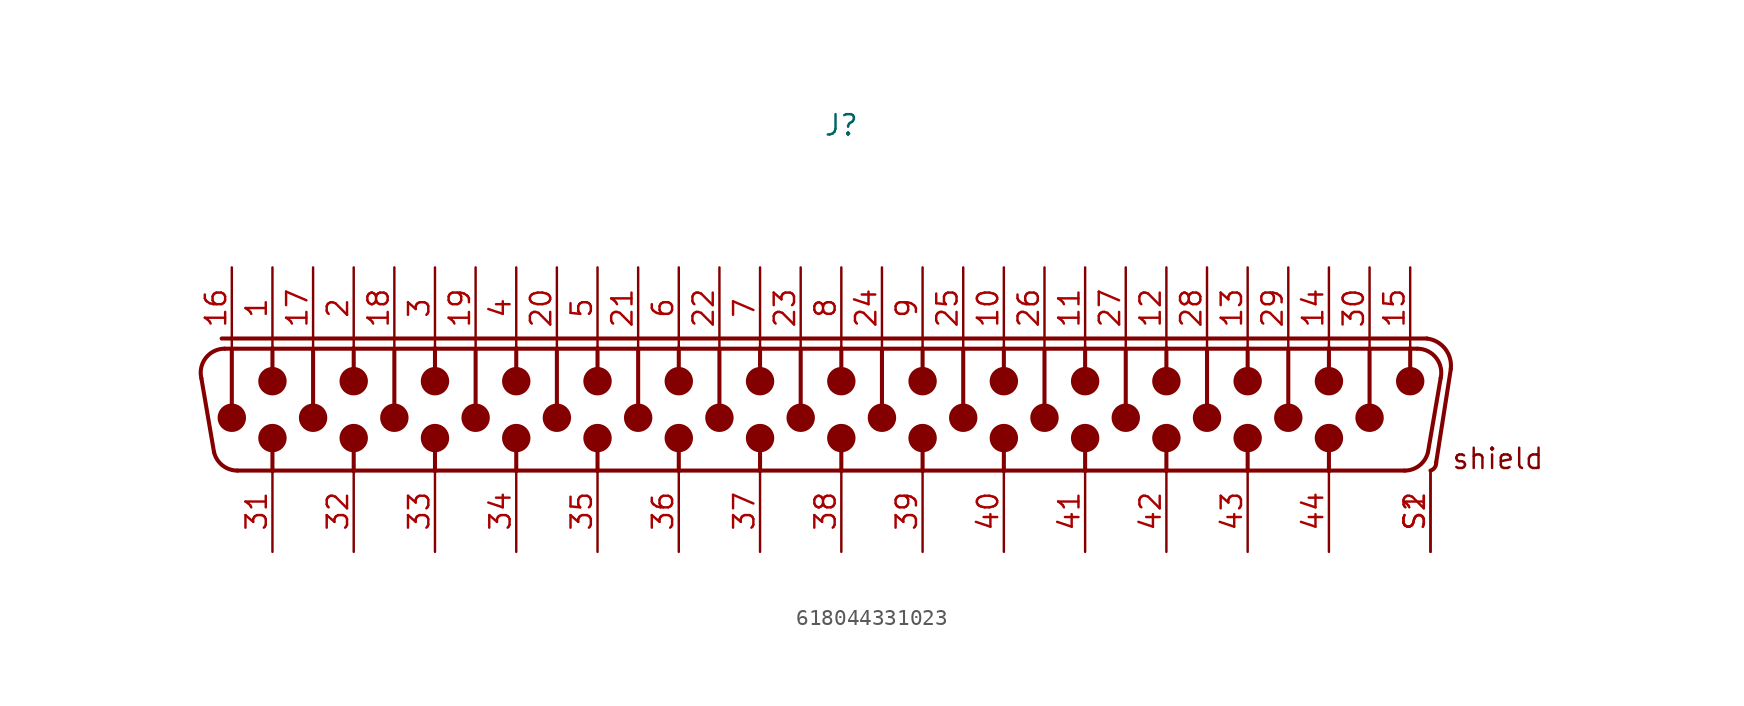
<source format=kicad_sym>
(kicad_symbol_lib
  (version 20241209)
  (generator "kicad_symbol_editor")
  (generator_version "9.0")
  (symbol "618044331023"
    (pin_names
      (hide yes))
    (property "Reference" "J"
      (at 0 17.78 0)
      (effects (font (size 1.27 1.27))))
    (symbol "618044331023_1_0"
      (polyline (pts (xy -39.213 -2.655) (xy -40.004 1.965)) (stroke (width 0.254) (type solid)) (fill (type none)))
      (polyline (pts (xy -38.735 4.445) (xy 36.6 4.445)) (stroke (width 0.254) (type solid)) (fill (type none)))
      (polyline (pts (xy -38.544 3.81) (xy 36.004 3.81)) (stroke (width 0.254) (type solid)) (fill (type none)))
      (arc (start -40.0042 1.965) (mid -39.7207 3.2407) (end -38.5443 3.81) (stroke (width 0.254) (type solid)) (fill (type none)))
      (polyline (pts (xy -38.1 3.81) (xy -38.1 -0.87)) (stroke (width 0.254) (type solid)) (fill (type none)))
      (circle (center -38.1 -0.508) (radius 0.762) (stroke (width 0.254) (type solid)) (fill (type outline)))
      (arc (start -37.753 -3.81) (mid -38.6838 -3.4862) (end -39.2128 -2.6547) (stroke (width 0.254) (type solid)) (fill (type none)))
      (polyline (pts (xy -35.56 3.85) (xy -35.56 1.67)) (stroke (width 0.254) (type solid)) (fill (type none)))
      (circle (center -35.56 1.778) (radius 0.762) (stroke (width 0.254) (type solid)) (fill (type outline)))
      (circle (center -35.56 -1.778) (radius 0.762) (stroke (width 0.254) (type solid)) (fill (type outline)))
      (polyline (pts (xy -35.56 -3.85) (xy -35.56 -1.67)) (stroke (width 0.254) (type solid)) (fill (type none)))
      (polyline (pts (xy -33.02 3.81) (xy -33.02 -0.87)) (stroke (width 0.254) (type solid)) (fill (type none)))
      (circle (center -33.02 -0.508) (radius 0.762) (stroke (width 0.254) (type solid)) (fill (type outline)))
      (polyline (pts (xy -30.48 3.85) (xy -30.48 1.67)) (stroke (width 0.254) (type solid)) (fill (type none)))
      (circle (center -30.48 1.778) (radius 0.762) (stroke (width 0.254) (type solid)) (fill (type outline)))
      (circle (center -30.48 -1.778) (radius 0.762) (stroke (width 0.254) (type solid)) (fill (type outline)))
      (polyline (pts (xy -30.48 -3.85) (xy -30.48 -1.67)) (stroke (width 0.254) (type solid)) (fill (type none)))
      (polyline (pts (xy -27.94 3.81) (xy -27.94 -0.87)) (stroke (width 0.254) (type solid)) (fill (type none)))
      (circle (center -27.94 -0.508) (radius 0.762) (stroke (width 0.254) (type solid)) (fill (type outline)))
      (polyline (pts (xy -25.4 3.85) (xy -25.4 1.67)) (stroke (width 0.254) (type solid)) (fill (type none)))
      (circle (center -25.4 1.778) (radius 0.762) (stroke (width 0.254) (type solid)) (fill (type outline)))
      (circle (center -25.4 -1.778) (radius 0.762) (stroke (width 0.254) (type solid)) (fill (type outline)))
      (polyline (pts (xy -25.4 -3.85) (xy -25.4 -1.67)) (stroke (width 0.254) (type solid)) (fill (type none)))
      (polyline (pts (xy -22.86 3.81) (xy -22.86 -0.87)) (stroke (width 0.254) (type solid)) (fill (type none)))
      (circle (center -22.86 -0.508) (radius 0.762) (stroke (width 0.254) (type solid)) (fill (type outline)))
      (polyline (pts (xy -20.32 3.85) (xy -20.32 1.67)) (stroke (width 0.254) (type solid)) (fill (type none)))
      (circle (center -20.32 1.778) (radius 0.762) (stroke (width 0.254) (type solid)) (fill (type outline)))
      (circle (center -20.32 -1.778) (radius 0.762) (stroke (width 0.254) (type solid)) (fill (type outline)))
      (polyline (pts (xy -20.32 -3.85) (xy -20.32 -1.67)) (stroke (width 0.254) (type solid)) (fill (type none)))
      (polyline (pts (xy -17.78 3.81) (xy -17.78 -0.87)) (stroke (width 0.254) (type solid)) (fill (type none)))
      (circle (center -17.78 -0.508) (radius 0.762) (stroke (width 0.254) (type solid)) (fill (type outline)))
      (polyline (pts (xy -15.24 3.85) (xy -15.24 1.67)) (stroke (width 0.254) (type solid)) (fill (type none)))
      (circle (center -15.24 1.778) (radius 0.762) (stroke (width 0.254) (type solid)) (fill (type outline)))
      (circle (center -15.24 -1.778) (radius 0.762) (stroke (width 0.254) (type solid)) (fill (type outline)))
      (polyline (pts (xy -15.24 -3.85) (xy -15.24 -1.67)) (stroke (width 0.254) (type solid)) (fill (type none)))
      (polyline (pts (xy -12.7 3.81) (xy -12.7 -0.87)) (stroke (width 0.254) (type solid)) (fill (type none)))
      (circle (center -12.7 -0.508) (radius 0.762) (stroke (width 0.254) (type solid)) (fill (type outline)))
      (polyline (pts (xy -10.16 3.85) (xy -10.16 1.67)) (stroke (width 0.254) (type solid)) (fill (type none)))
      (circle (center -10.16 1.778) (radius 0.762) (stroke (width 0.254) (type solid)) (fill (type outline)))
      (circle (center -10.16 -1.778) (radius 0.762) (stroke (width 0.254) (type solid)) (fill (type outline)))
      (polyline (pts (xy -10.16 -3.85) (xy -10.16 -1.67)) (stroke (width 0.254) (type solid)) (fill (type none)))
      (polyline (pts (xy -7.62 3.81) (xy -7.62 -0.87)) (stroke (width 0.254) (type solid)) (fill (type none)))
      (circle (center -7.62 -0.508) (radius 0.762) (stroke (width 0.254) (type solid)) (fill (type outline)))
      (polyline (pts (xy -5.08 3.85) (xy -5.08 1.67)) (stroke (width 0.254) (type solid)) (fill (type none)))
      (circle (center -5.08 1.778) (radius 0.762) (stroke (width 0.254) (type solid)) (fill (type outline)))
      (circle (center -5.08 -1.778) (radius 0.762) (stroke (width 0.254) (type solid)) (fill (type outline)))
      (polyline (pts (xy -5.08 -3.85) (xy -5.08 -1.67)) (stroke (width 0.254) (type solid)) (fill (type none)))
      (polyline (pts (xy -2.54 3.81) (xy -2.54 -0.87)) (stroke (width 0.254) (type solid)) (fill (type none)))
      (circle (center -2.54 -0.508) (radius 0.762) (stroke (width 0.254) (type solid)) (fill (type outline)))
      (polyline (pts (xy 0 3.85) (xy 0 1.67)) (stroke (width 0.254) (type solid)) (fill (type none)))
      (circle (center 0 1.778) (radius 0.762) (stroke (width 0.254) (type solid)) (fill (type outline)))
      (circle (center 0 -1.778) (radius 0.762) (stroke (width 0.254) (type solid)) (fill (type outline)))
      (polyline (pts (xy 0 -3.85) (xy 0 -1.67)) (stroke (width 0.254) (type solid)) (fill (type none)))
      (polyline (pts (xy 2.54 3.81) (xy 2.54 -0.87)) (stroke (width 0.254) (type solid)) (fill (type none)))
      (circle (center 2.54 -0.508) (radius 0.762) (stroke (width 0.254) (type solid)) (fill (type outline)))
      (polyline (pts (xy 5.08 3.85) (xy 5.08 1.67)) (stroke (width 0.254) (type solid)) (fill (type none)))
      (circle (center 5.08 1.778) (radius 0.762) (stroke (width 0.254) (type solid)) (fill (type outline)))
      (circle (center 5.08 -1.778) (radius 0.762) (stroke (width 0.254) (type solid)) (fill (type outline)))
      (polyline (pts (xy 5.08 -3.85) (xy 5.08 -1.67)) (stroke (width 0.254) (type solid)) (fill (type none)))
      (polyline (pts (xy 7.62 3.81) (xy 7.62 -0.87)) (stroke (width 0.254) (type solid)) (fill (type none)))
      (circle (center 7.62 -0.508) (radius 0.762) (stroke (width 0.254) (type solid)) (fill (type outline)))
      (polyline (pts (xy 10.16 3.85) (xy 10.16 1.67)) (stroke (width 0.254) (type solid)) (fill (type none)))
      (circle (center 10.16 1.778) (radius 0.762) (stroke (width 0.254) (type solid)) (fill (type outline)))
      (circle (center 10.16 -1.778) (radius 0.762) (stroke (width 0.254) (type solid)) (fill (type outline)))
      (polyline (pts (xy 10.16 -3.85) (xy 10.16 -1.67)) (stroke (width 0.254) (type solid)) (fill (type none)))
      (polyline (pts (xy 12.7 3.81) (xy 12.7 -0.87)) (stroke (width 0.254) (type solid)) (fill (type none)))
      (circle (center 12.7 -0.508) (radius 0.762) (stroke (width 0.254) (type solid)) (fill (type outline)))
      (polyline (pts (xy 15.24 3.85) (xy 15.24 1.67)) (stroke (width 0.254) (type solid)) (fill (type none)))
      (circle (center 15.24 1.778) (radius 0.762) (stroke (width 0.254) (type solid)) (fill (type outline)))
      (circle (center 15.24 -1.778) (radius 0.762) (stroke (width 0.254) (type solid)) (fill (type outline)))
      (polyline (pts (xy 15.24 -3.85) (xy 15.24 -1.67)) (stroke (width 0.254) (type solid)) (fill (type none)))
      (polyline (pts (xy 17.78 3.81) (xy 17.78 -0.87)) (stroke (width 0.254) (type solid)) (fill (type none)))
      (circle (center 17.78 -0.508) (radius 0.762) (stroke (width 0.254) (type solid)) (fill (type outline)))
      (polyline (pts (xy 20.32 3.85) (xy 20.32 1.67)) (stroke (width 0.254) (type solid)) (fill (type none)))
      (circle (center 20.32 1.778) (radius 0.762) (stroke (width 0.254) (type solid)) (fill (type outline)))
      (circle (center 20.32 -1.778) (radius 0.762) (stroke (width 0.254) (type solid)) (fill (type outline)))
      (polyline (pts (xy 20.32 -3.85) (xy 20.32 -1.67)) (stroke (width 0.254) (type solid)) (fill (type none)))
      (polyline (pts (xy 22.86 3.81) (xy 22.86 -0.87)) (stroke (width 0.254) (type solid)) (fill (type none)))
      (circle (center 22.86 -0.508) (radius 0.762) (stroke (width 0.254) (type solid)) (fill (type outline)))
      (polyline (pts (xy 25.4 3.85) (xy 25.4 1.67)) (stroke (width 0.254) (type solid)) (fill (type none)))
      (circle (center 25.4 1.778) (radius 0.762) (stroke (width 0.254) (type solid)) (fill (type outline)))
      (circle (center 25.4 -1.778) (radius 0.762) (stroke (width 0.254) (type solid)) (fill (type outline)))
      (polyline (pts (xy 25.4 -3.85) (xy 25.4 -1.67)) (stroke (width 0.254) (type solid)) (fill (type none)))
      (polyline (pts (xy 27.94 3.81) (xy 27.94 -0.87)) (stroke (width 0.254) (type solid)) (fill (type none)))
      (circle (center 27.94 -0.508) (radius 0.762) (stroke (width 0.254) (type solid)) (fill (type outline)))
      (polyline (pts (xy 30.48 3.85) (xy 30.48 1.67)) (stroke (width 0.254) (type solid)) (fill (type none)))
      (circle (center 30.48 1.778) (radius 0.762) (stroke (width 0.254) (type solid)) (fill (type outline)))
      (circle (center 30.48 -1.778) (radius 0.762) (stroke (width 0.254) (type solid)) (fill (type outline)))
      (polyline (pts (xy 30.48 -3.85) (xy 30.48 -1.67)) (stroke (width 0.254) (type solid)) (fill (type none)))
      (polyline (pts (xy 33.02 3.81) (xy 33.02 -0.87)) (stroke (width 0.254) (type solid)) (fill (type none)))
      (circle (center 33.02 -0.508) (radius 0.762) (stroke (width 0.254) (type solid)) (fill (type outline)))
      (arc (start 36.6728 -2.6548) (mid 36.1437 -3.4863) (end 35.2129 -3.81) (stroke (width 0.254) (type solid)) (fill (type none)))
      (polyline (pts (xy 35.213 -3.81) (xy -37.753 -3.81)) (stroke (width 0.254) (type solid)) (fill (type none)))
      (polyline (pts (xy 35.56 3.85) (xy 35.56 1.67)) (stroke (width 0.254) (type solid)) (fill (type none)))
      (circle (center 35.56 1.778) (radius 0.762) (stroke (width 0.254) (type solid)) (fill (type outline)))
      (arc (start 36.0043 3.81) (mid 37.1807 3.2407) (end 37.4642 1.965) (stroke (width 0.254) (type solid)) (fill (type none)))
      (arc (start 36.6 4.445) (mid 37.7464 3.8046) (end 38.1 2.54) (stroke (width 0.254) (type solid)) (fill (type none)))
      (arc (start 37.1839 -3.3037) (mid 37.0943 -3.618) (end 36.83 -3.81) (stroke (width 0.254) (type solid)) (fill (type none)))
      (polyline (pts (xy 37.184 -3.304) (xy 38.1 2.54)) (stroke (width 0.254) (type solid)) (fill (type none)))
      (polyline (pts (xy 37.464 1.965) (xy 36.673 -2.655)) (stroke (width 0.254) (type solid)) (fill (type none)))
      (pin passive line (at -38.1 8.89 270) (length 5.08) (name "16" (effects (font (size 1.27 1.27)))) (number "16" (effects (font (size 1.27 1.27)))))
      (pin passive line (at -35.56 8.89 270) (length 5.08) (name "1" (effects (font (size 1.27 1.27)))) (number "1" (effects (font (size 1.27 1.27)))))
      (pin passive line (at -35.56 -8.89 90) (length 5.08) (name "31" (effects (font (size 1.27 1.27)))) (number "31" (effects (font (size 1.27 1.27)))))
      (pin passive line (at -33.02 8.89 270) (length 5.08) (name "17" (effects (font (size 1.27 1.27)))) (number "17" (effects (font (size 1.27 1.27)))))
      (pin passive line (at -30.48 8.89 270) (length 5.08) (name "2" (effects (font (size 1.27 1.27)))) (number "2" (effects (font (size 1.27 1.27)))))
      (pin passive line (at -30.48 -8.89 90) (length 5.08) (name "32" (effects (font (size 1.27 1.27)))) (number "32" (effects (font (size 1.27 1.27)))))
      (pin passive line (at -27.94 8.89 270) (length 5.08) (name "18" (effects (font (size 1.27 1.27)))) (number "18" (effects (font (size 1.27 1.27)))))
      (pin passive line (at -25.4 8.89 270) (length 5.08) (name "3" (effects (font (size 1.27 1.27)))) (number "3" (effects (font (size 1.27 1.27)))))
      (pin passive line (at -25.4 -8.89 90) (length 5.08) (name "33" (effects (font (size 1.27 1.27)))) (number "33" (effects (font (size 1.27 1.27)))))
      (pin passive line (at -22.86 8.89 270) (length 5.08) (name "19" (effects (font (size 1.27 1.27)))) (number "19" (effects (font (size 1.27 1.27)))))
      (pin passive line (at -20.32 8.89 270) (length 5.08) (name "4" (effects (font (size 1.27 1.27)))) (number "4" (effects (font (size 1.27 1.27)))))
      (pin passive line (at -20.32 -8.89 90) (length 5.08) (name "34" (effects (font (size 1.27 1.27)))) (number "34" (effects (font (size 1.27 1.27)))))
      (pin passive line (at -17.78 8.89 270) (length 5.08) (name "20" (effects (font (size 1.27 1.27)))) (number "20" (effects (font (size 1.27 1.27)))))
      (pin passive line (at -15.24 8.89 270) (length 5.08) (name "5" (effects (font (size 1.27 1.27)))) (number "5" (effects (font (size 1.27 1.27)))))
      (pin passive line (at -15.24 -8.89 90) (length 5.08) (name "35" (effects (font (size 1.27 1.27)))) (number "35" (effects (font (size 1.27 1.27)))))
      (pin passive line (at -12.7 8.89 270) (length 5.08) (name "21" (effects (font (size 1.27 1.27)))) (number "21" (effects (font (size 1.27 1.27)))))
      (pin passive line (at -10.16 8.89 270) (length 5.08) (name "6" (effects (font (size 1.27 1.27)))) (number "6" (effects (font (size 1.27 1.27)))))
      (pin passive line (at -10.16 -8.89 90) (length 5.08) (name "36" (effects (font (size 1.27 1.27)))) (number "36" (effects (font (size 1.27 1.27)))))
      (pin passive line (at -7.62 8.89 270) (length 5.08) (name "22" (effects (font (size 1.27 1.27)))) (number "22" (effects (font (size 1.27 1.27)))))
      (pin passive line (at -5.08 8.89 270) (length 5.08) (name "7" (effects (font (size 1.27 1.27)))) (number "7" (effects (font (size 1.27 1.27)))))
      (pin passive line (at -5.08 -8.89 90) (length 5.08) (name "37" (effects (font (size 1.27 1.27)))) (number "37" (effects (font (size 1.27 1.27)))))
      (pin passive line (at -2.54 8.89 270) (length 5.08) (name "23" (effects (font (size 1.27 1.27)))) (number "23" (effects (font (size 1.27 1.27)))))
      (pin passive line (at 0 8.89 270) (length 5.08) (name "8" (effects (font (size 1.27 1.27)))) (number "8" (effects (font (size 1.27 1.27)))))
      (pin passive line (at 0 -8.89 90) (length 5.08) (name "38" (effects (font (size 1.27 1.27)))) (number "38" (effects (font (size 1.27 1.27)))))
      (pin passive line (at 2.54 8.89 270) (length 5.08) (name "24" (effects (font (size 1.27 1.27)))) (number "24" (effects (font (size 1.27 1.27)))))
      (pin passive line (at 5.08 8.89 270) (length 5.08) (name "9" (effects (font (size 1.27 1.27)))) (number "9" (effects (font (size 1.27 1.27)))))
      (pin passive line (at 5.08 -8.89 90) (length 5.08) (name "39" (effects (font (size 1.27 1.27)))) (number "39" (effects (font (size 1.27 1.27)))))
      (pin passive line (at 7.62 8.89 270) (length 5.08) (name "25" (effects (font (size 1.27 1.27)))) (number "25" (effects (font (size 1.27 1.27)))))
      (pin passive line (at 10.16 8.89 270) (length 5.08) (name "10" (effects (font (size 1.27 1.27)))) (number "10" (effects (font (size 1.27 1.27)))))
      (pin passive line (at 10.16 -8.89 90) (length 5.08) (name "40" (effects (font (size 1.27 1.27)))) (number "40" (effects (font (size 1.27 1.27)))))
      (pin passive line (at 12.7 8.89 270) (length 5.08) (name "26" (effects (font (size 1.27 1.27)))) (number "26" (effects (font (size 1.27 1.27)))))
      (pin passive line (at 15.24 8.89 270) (length 5.08) (name "11" (effects (font (size 1.27 1.27)))) (number "11" (effects (font (size 1.27 1.27)))))
      (pin passive line (at 15.24 -8.89 90) (length 5.08) (name "41" (effects (font (size 1.27 1.27)))) (number "41" (effects (font (size 1.27 1.27)))))
      (pin passive line (at 17.78 8.89 270) (length 5.08) (name "27" (effects (font (size 1.27 1.27)))) (number "27" (effects (font (size 1.27 1.27)))))
      (pin passive line (at 20.32 8.89 270) (length 5.08) (name "12" (effects (font (size 1.27 1.27)))) (number "12" (effects (font (size 1.27 1.27)))))
      (pin passive line (at 20.32 -8.89 90) (length 5.08) (name "42" (effects (font (size 1.27 1.27)))) (number "42" (effects (font (size 1.27 1.27)))))
      (pin passive line (at 22.86 8.89 270) (length 5.08) (name "28" (effects (font (size 1.27 1.27)))) (number "28" (effects (font (size 1.27 1.27)))))
      (pin passive line (at 25.4 8.89 270) (length 5.08) (name "13" (effects (font (size 1.27 1.27)))) (number "13" (effects (font (size 1.27 1.27)))))
      (pin passive line (at 25.4 -8.89 90) (length 5.08) (name "43" (effects (font (size 1.27 1.27)))) (number "43" (effects (font (size 1.27 1.27)))))
      (pin passive line (at 27.94 8.89 270) (length 5.08) (name "29" (effects (font (size 1.27 1.27)))) (number "29" (effects (font (size 1.27 1.27)))))
      (pin passive line (at 30.48 8.89 270) (length 5.08) (name "14" (effects (font (size 1.27 1.27)))) (number "14" (effects (font (size 1.27 1.27)))))
      (pin passive line (at 30.48 -8.89 90) (length 5.08) (name "44" (effects (font (size 1.27 1.27)))) (number "44" (effects (font (size 1.27 1.27)))))
      (pin passive line (at 33.02 8.89 270) (length 5.08) (name "30" (effects (font (size 1.27 1.27)))) (number "30" (effects (font (size 1.27 1.27)))))
      (pin passive line (at 35.56 8.89 270) (length 5.08) (name "15" (effects (font (size 1.27 1.27)))) (number "15" (effects (font (size 1.27 1.27)))))
      (pin passive line (at 36.83 -8.89 90) (length 5.08) (name "SHIELD" (effects (font (size 1.27 1.27)))) (number "S1" (effects (font (size 1.27 1.27)))))
      (pin passive line (at 36.83 -8.89 90) (length 5.08) (name "SHIELD" (effects (font (size 1.27 1.27)))) (number "S2" (effects (font (size 1.27 1.27))))))
    (symbol "618044331023_1_1"
      (text "shield" (at 38.1 -3.81 0) (effects (font (size 1.27 1.27)) (justify left bottom))))))
</source>
